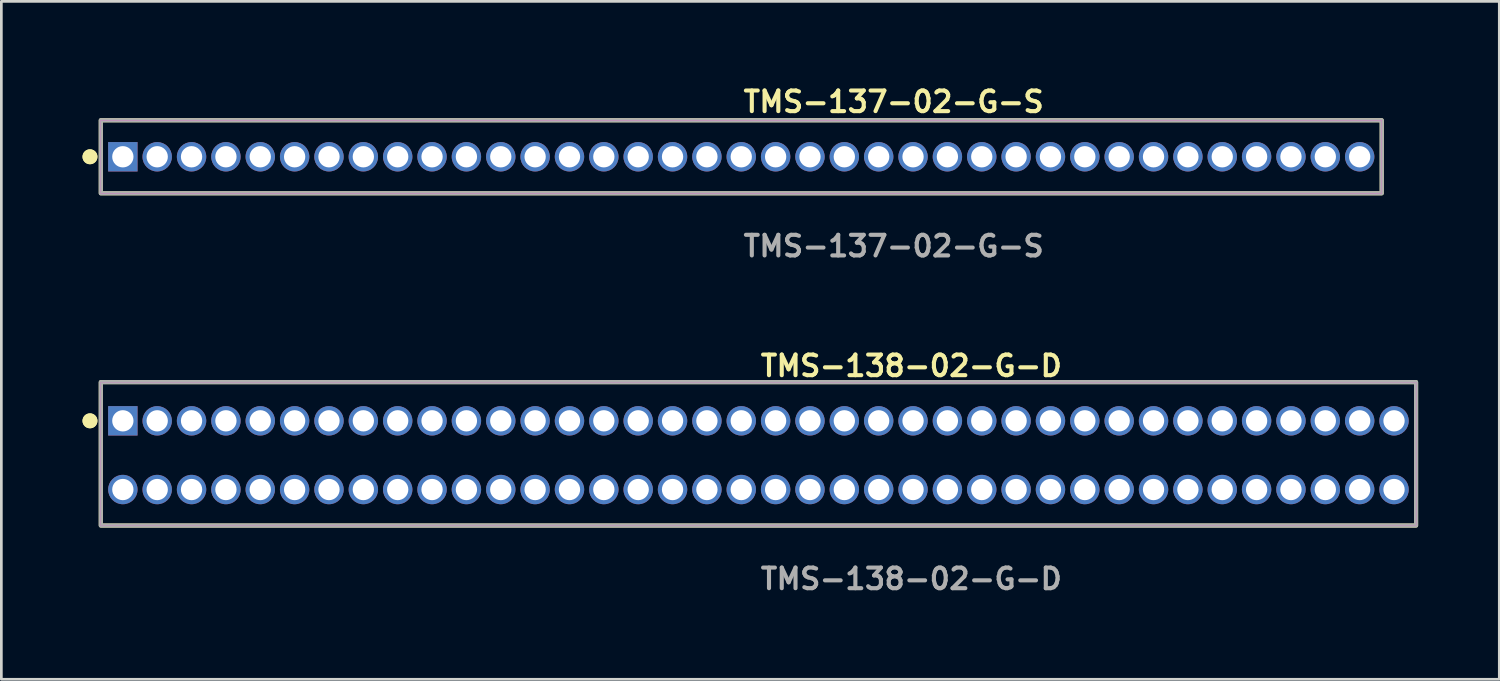
<source format=kicad_pcb>
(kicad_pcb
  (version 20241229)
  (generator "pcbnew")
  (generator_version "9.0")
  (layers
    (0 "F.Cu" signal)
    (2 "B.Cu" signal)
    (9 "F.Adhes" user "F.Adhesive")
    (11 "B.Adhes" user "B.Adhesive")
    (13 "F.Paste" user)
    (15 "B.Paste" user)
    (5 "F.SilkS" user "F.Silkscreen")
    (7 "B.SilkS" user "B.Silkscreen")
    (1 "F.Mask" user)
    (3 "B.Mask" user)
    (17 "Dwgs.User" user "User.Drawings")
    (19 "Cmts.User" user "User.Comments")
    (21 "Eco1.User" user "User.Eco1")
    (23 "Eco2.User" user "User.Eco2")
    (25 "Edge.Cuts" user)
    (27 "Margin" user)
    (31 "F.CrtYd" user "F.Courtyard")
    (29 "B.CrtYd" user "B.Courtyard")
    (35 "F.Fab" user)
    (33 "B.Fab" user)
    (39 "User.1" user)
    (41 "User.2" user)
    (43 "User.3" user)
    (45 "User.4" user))
  (footprint "TMS-137-02-G-S"
    (layer "F.Cu")
    (at 24.351 2.745)
    (property "Reference" "TMS-137-02-G-S" (at 0 -2.032 0) (unlocked yes) (layer "F.SilkS") (effects (font (size 0.762 0.762) (thickness 0.152)) (justify left)))
    (fp_rect (start -23.675 1.35) (end 23.675 -1.35) (stroke (width 0.152) (type solid)) (fill no) (layer "F.SilkS"))
    (fp_circle (center -24.075 0) (end -24.275 0) (stroke (width 0.152) (type solid)) (fill yes) (layer "F.SilkS"))
    (fp_circle (center -24.075 0) (end -24.275 0) (stroke (width 0.152) (type solid)) (fill yes) (layer "F.SilkS"))
    (fp_rect (start -23.675 1.35) (end 23.675 -1.35) (stroke (width 0.006) (type solid)) (fill no) (layer "F.CrtYd"))
    (fp_rect (start -23.675 1.35) (end 23.675 -1.35) (stroke (width 0.152) (type solid)) (fill no) (layer "F.Fab"))
    (fp_text user "${REFERENCE}" (at 0 3.302 0) (unlocked yes) (layer "F.Fab") (effects (font (size 0.762 0.762) (thickness 0.152)) (justify left)))
    (pad "1" thru_hole rect (at -22.86 0) (size 1.087 1.087) (drill 0.787) (layers "*.Cu" "*.Mask"))
    (pad "2" thru_hole circle (at -21.59 0) (size 1.087 1.087) (drill 0.787) (layers "*.Cu" "*.Mask"))
    (pad "3" thru_hole circle (at -20.32 0) (size 1.087 1.087) (drill 0.787) (layers "*.Cu" "*.Mask"))
    (pad "4" thru_hole circle (at -19.05 0) (size 1.087 1.087) (drill 0.787) (layers "*.Cu" "*.Mask"))
    (pad "5" thru_hole circle (at -17.78 0) (size 1.087 1.087) (drill 0.787) (layers "*.Cu" "*.Mask"))
    (pad "6" thru_hole circle (at -16.51 0) (size 1.087 1.087) (drill 0.787) (layers "*.Cu" "*.Mask"))
    (pad "7" thru_hole circle (at -15.24 0) (size 1.087 1.087) (drill 0.787) (layers "*.Cu" "*.Mask"))
    (pad "8" thru_hole circle (at -13.97 0) (size 1.087 1.087) (drill 0.787) (layers "*.Cu" "*.Mask"))
    (pad "9" thru_hole circle (at -12.7 0) (size 1.087 1.087) (drill 0.787) (layers "*.Cu" "*.Mask"))
    (pad "10" thru_hole circle (at -11.43 0) (size 1.087 1.087) (drill 0.787) (layers "*.Cu" "*.Mask"))
    (pad "11" thru_hole circle (at -10.16 0) (size 1.087 1.087) (drill 0.787) (layers "*.Cu" "*.Mask"))
    (pad "12" thru_hole circle (at -8.89 0) (size 1.087 1.087) (drill 0.787) (layers "*.Cu" "*.Mask"))
    (pad "13" thru_hole circle (at -7.62 0) (size 1.087 1.087) (drill 0.787) (layers "*.Cu" "*.Mask"))
    (pad "14" thru_hole circle (at -6.35 0) (size 1.087 1.087) (drill 0.787) (layers "*.Cu" "*.Mask"))
    (pad "15" thru_hole circle (at -5.08 0) (size 1.087 1.087) (drill 0.787) (layers "*.Cu" "*.Mask"))
    (pad "16" thru_hole circle (at -3.81 0) (size 1.087 1.087) (drill 0.787) (layers "*.Cu" "*.Mask"))
    (pad "17" thru_hole circle (at -2.54 0) (size 1.087 1.087) (drill 0.787) (layers "*.Cu" "*.Mask"))
    (pad "18" thru_hole circle (at -1.27 0) (size 1.087 1.087) (drill 0.787) (layers "*.Cu" "*.Mask"))
    (pad "19" thru_hole circle (at 0 0) (size 1.087 1.087) (drill 0.787) (layers "*.Cu" "*.Mask"))
    (pad "20" thru_hole circle (at 1.27 0) (size 1.087 1.087) (drill 0.787) (layers "*.Cu" "*.Mask"))
    (pad "21" thru_hole circle (at 2.54 0) (size 1.087 1.087) (drill 0.787) (layers "*.Cu" "*.Mask"))
    (pad "22" thru_hole circle (at 3.81 0) (size 1.087 1.087) (drill 0.787) (layers "*.Cu" "*.Mask"))
    (pad "23" thru_hole circle (at 5.08 0) (size 1.087 1.087) (drill 0.787) (layers "*.Cu" "*.Mask"))
    (pad "24" thru_hole circle (at 6.35 0) (size 1.087 1.087) (drill 0.787) (layers "*.Cu" "*.Mask"))
    (pad "25" thru_hole circle (at 7.62 0) (size 1.087 1.087) (drill 0.787) (layers "*.Cu" "*.Mask"))
    (pad "26" thru_hole circle (at 8.89 0) (size 1.087 1.087) (drill 0.787) (layers "*.Cu" "*.Mask"))
    (pad "27" thru_hole circle (at 10.16 0) (size 1.087 1.087) (drill 0.787) (layers "*.Cu" "*.Mask"))
    (pad "28" thru_hole circle (at 11.43 0) (size 1.087 1.087) (drill 0.787) (layers "*.Cu" "*.Mask"))
    (pad "29" thru_hole circle (at 12.7 0) (size 1.087 1.087) (drill 0.787) (layers "*.Cu" "*.Mask"))
    (pad "30" thru_hole circle (at 13.97 0) (size 1.087 1.087) (drill 0.787) (layers "*.Cu" "*.Mask"))
    (pad "31" thru_hole circle (at 15.24 0) (size 1.087 1.087) (drill 0.787) (layers "*.Cu" "*.Mask"))
    (pad "32" thru_hole circle (at 16.51 0) (size 1.087 1.087) (drill 0.787) (layers "*.Cu" "*.Mask"))
    (pad "33" thru_hole circle (at 17.78 0) (size 1.087 1.087) (drill 0.787) (layers "*.Cu" "*.Mask"))
    (pad "34" thru_hole circle (at 19.05 0) (size 1.087 1.087) (drill 0.787) (layers "*.Cu" "*.Mask"))
    (pad "35" thru_hole circle (at 20.32 0) (size 1.087 1.087) (drill 0.787) (layers "*.Cu" "*.Mask"))
    (pad "36" thru_hole circle (at 21.59 0) (size 1.087 1.087) (drill 0.787) (layers "*.Cu" "*.Mask"))
    (pad "37" thru_hole circle (at 22.86 0) (size 1.087 1.087) (drill 0.787) (layers "*.Cu" "*.Mask")))
  (footprint "TMS-138-02-G-D"
    (layer "F.Cu")
    (at 24.986 13.776)
    (property "Reference" "TMS-138-02-G-D" (at 0 -3.302 0) (unlocked yes) (layer "F.SilkS") (effects (font (size 0.762 0.762) (thickness 0.152)) (justify left)))
    (fp_rect (start -24.31 2.6) (end 24.31 -2.7) (stroke (width 0.152) (type solid)) (fill no) (layer "F.SilkS"))
    (fp_circle (center -24.71 -1.27) (end -24.91 -1.27) (stroke (width 0.152) (type solid)) (fill yes) (layer "F.SilkS"))
    (fp_circle (center -24.71 -1.27) (end -24.91 -1.27) (stroke (width 0.152) (type solid)) (fill yes) (layer "F.SilkS"))
    (fp_rect (start -24.31 2.6) (end 24.31 -2.7) (stroke (width 0.006) (type solid)) (fill no) (layer "F.CrtYd"))
    (fp_rect (start -24.31 2.6) (end 24.31 -2.7) (stroke (width 0.152) (type solid)) (fill no) (layer "F.Fab"))
    (fp_text user "${REFERENCE}" (at 0 4.572 0) (unlocked yes) (layer "F.Fab") (effects (font (size 0.762 0.762) (thickness 0.152)) (justify left)))
    (pad "1" thru_hole rect (at -23.495 -1.27) (size 1.087 1.087) (drill 0.787) (layers "*.Cu" "*.Mask"))
    (pad "2" thru_hole circle (at -23.495 1.27) (size 1.087 1.087) (drill 0.787) (layers "*.Cu" "*.Mask"))
    (pad "3" thru_hole circle (at -22.225 -1.27) (size 1.087 1.087) (drill 0.787) (layers "*.Cu" "*.Mask"))
    (pad "4" thru_hole circle (at -22.225 1.27) (size 1.087 1.087) (drill 0.787) (layers "*.Cu" "*.Mask"))
    (pad "5" thru_hole circle (at -20.955 -1.27) (size 1.087 1.087) (drill 0.787) (layers "*.Cu" "*.Mask"))
    (pad "6" thru_hole circle (at -20.955 1.27) (size 1.087 1.087) (drill 0.787) (layers "*.Cu" "*.Mask"))
    (pad "7" thru_hole circle (at -19.685 -1.27) (size 1.087 1.087) (drill 0.787) (layers "*.Cu" "*.Mask"))
    (pad "8" thru_hole circle (at -19.685 1.27) (size 1.087 1.087) (drill 0.787) (layers "*.Cu" "*.Mask"))
    (pad "9" thru_hole circle (at -18.415 -1.27) (size 1.087 1.087) (drill 0.787) (layers "*.Cu" "*.Mask"))
    (pad "10" thru_hole circle (at -18.415 1.27) (size 1.087 1.087) (drill 0.787) (layers "*.Cu" "*.Mask"))
    (pad "11" thru_hole circle (at -17.145 -1.27) (size 1.087 1.087) (drill 0.787) (layers "*.Cu" "*.Mask"))
    (pad "12" thru_hole circle (at -17.145 1.27) (size 1.087 1.087) (drill 0.787) (layers "*.Cu" "*.Mask"))
    (pad "13" thru_hole circle (at -15.875 -1.27) (size 1.087 1.087) (drill 0.787) (layers "*.Cu" "*.Mask"))
    (pad "14" thru_hole circle (at -15.875 1.27) (size 1.087 1.087) (drill 0.787) (layers "*.Cu" "*.Mask"))
    (pad "15" thru_hole circle (at -14.605 -1.27) (size 1.087 1.087) (drill 0.787) (layers "*.Cu" "*.Mask"))
    (pad "16" thru_hole circle (at -14.605 1.27) (size 1.087 1.087) (drill 0.787) (layers "*.Cu" "*.Mask"))
    (pad "17" thru_hole circle (at -13.335 -1.27) (size 1.087 1.087) (drill 0.787) (layers "*.Cu" "*.Mask"))
    (pad "18" thru_hole circle (at -13.335 1.27) (size 1.087 1.087) (drill 0.787) (layers "*.Cu" "*.Mask"))
    (pad "19" thru_hole circle (at -12.065 -1.27) (size 1.087 1.087) (drill 0.787) (layers "*.Cu" "*.Mask"))
    (pad "20" thru_hole circle (at -12.065 1.27) (size 1.087 1.087) (drill 0.787) (layers "*.Cu" "*.Mask"))
    (pad "21" thru_hole circle (at -10.795 -1.27) (size 1.087 1.087) (drill 0.787) (layers "*.Cu" "*.Mask"))
    (pad "22" thru_hole circle (at -10.795 1.27) (size 1.087 1.087) (drill 0.787) (layers "*.Cu" "*.Mask"))
    (pad "23" thru_hole circle (at -9.525 -1.27) (size 1.087 1.087) (drill 0.787) (layers "*.Cu" "*.Mask"))
    (pad "24" thru_hole circle (at -9.525 1.27) (size 1.087 1.087) (drill 0.787) (layers "*.Cu" "*.Mask"))
    (pad "25" thru_hole circle (at -8.255 -1.27) (size 1.087 1.087) (drill 0.787) (layers "*.Cu" "*.Mask"))
    (pad "26" thru_hole circle (at -8.255 1.27) (size 1.087 1.087) (drill 0.787) (layers "*.Cu" "*.Mask"))
    (pad "27" thru_hole circle (at -6.985 -1.27) (size 1.087 1.087) (drill 0.787) (layers "*.Cu" "*.Mask"))
    (pad "28" thru_hole circle (at -6.985 1.27) (size 1.087 1.087) (drill 0.787) (layers "*.Cu" "*.Mask"))
    (pad "29" thru_hole circle (at -5.715 -1.27) (size 1.087 1.087) (drill 0.787) (layers "*.Cu" "*.Mask"))
    (pad "30" thru_hole circle (at -5.715 1.27) (size 1.087 1.087) (drill 0.787) (layers "*.Cu" "*.Mask"))
    (pad "31" thru_hole circle (at -4.445 -1.27) (size 1.087 1.087) (drill 0.787) (layers "*.Cu" "*.Mask"))
    (pad "32" thru_hole circle (at -4.445 1.27) (size 1.087 1.087) (drill 0.787) (layers "*.Cu" "*.Mask"))
    (pad "33" thru_hole circle (at -3.175 -1.27) (size 1.087 1.087) (drill 0.787) (layers "*.Cu" "*.Mask"))
    (pad "34" thru_hole circle (at -3.175 1.27) (size 1.087 1.087) (drill 0.787) (layers "*.Cu" "*.Mask"))
    (pad "35" thru_hole circle (at -1.905 -1.27) (size 1.087 1.087) (drill 0.787) (layers "*.Cu" "*.Mask"))
    (pad "36" thru_hole circle (at -1.905 1.27) (size 1.087 1.087) (drill 0.787) (layers "*.Cu" "*.Mask"))
    (pad "37" thru_hole circle (at -0.635 -1.27) (size 1.087 1.087) (drill 0.787) (layers "*.Cu" "*.Mask"))
    (pad "38" thru_hole circle (at -0.635 1.27) (size 1.087 1.087) (drill 0.787) (layers "*.Cu" "*.Mask"))
    (pad "39" thru_hole circle (at 0.635 -1.27) (size 1.087 1.087) (drill 0.787) (layers "*.Cu" "*.Mask"))
    (pad "40" thru_hole circle (at 0.635 1.27) (size 1.087 1.087) (drill 0.787) (layers "*.Cu" "*.Mask"))
    (pad "41" thru_hole circle (at 1.905 -1.27) (size 1.087 1.087) (drill 0.787) (layers "*.Cu" "*.Mask"))
    (pad "42" thru_hole circle (at 1.905 1.27) (size 1.087 1.087) (drill 0.787) (layers "*.Cu" "*.Mask"))
    (pad "43" thru_hole circle (at 3.175 -1.27) (size 1.087 1.087) (drill 0.787) (layers "*.Cu" "*.Mask"))
    (pad "44" thru_hole circle (at 3.175 1.27) (size 1.087 1.087) (drill 0.787) (layers "*.Cu" "*.Mask"))
    (pad "45" thru_hole circle (at 4.445 -1.27) (size 1.087 1.087) (drill 0.787) (layers "*.Cu" "*.Mask"))
    (pad "46" thru_hole circle (at 4.445 1.27) (size 1.087 1.087) (drill 0.787) (layers "*.Cu" "*.Mask"))
    (pad "47" thru_hole circle (at 5.715 -1.27) (size 1.087 1.087) (drill 0.787) (layers "*.Cu" "*.Mask"))
    (pad "48" thru_hole circle (at 5.715 1.27) (size 1.087 1.087) (drill 0.787) (layers "*.Cu" "*.Mask"))
    (pad "49" thru_hole circle (at 6.985 -1.27) (size 1.087 1.087) (drill 0.787) (layers "*.Cu" "*.Mask"))
    (pad "50" thru_hole circle (at 6.985 1.27) (size 1.087 1.087) (drill 0.787) (layers "*.Cu" "*.Mask"))
    (pad "51" thru_hole circle (at 8.255 -1.27) (size 1.087 1.087) (drill 0.787) (layers "*.Cu" "*.Mask"))
    (pad "52" thru_hole circle (at 8.255 1.27) (size 1.087 1.087) (drill 0.787) (layers "*.Cu" "*.Mask"))
    (pad "53" thru_hole circle (at 9.525 -1.27) (size 1.087 1.087) (drill 0.787) (layers "*.Cu" "*.Mask"))
    (pad "54" thru_hole circle (at 9.525 1.27) (size 1.087 1.087) (drill 0.787) (layers "*.Cu" "*.Mask"))
    (pad "55" thru_hole circle (at 10.795 -1.27) (size 1.087 1.087) (drill 0.787) (layers "*.Cu" "*.Mask"))
    (pad "56" thru_hole circle (at 10.795 1.27) (size 1.087 1.087) (drill 0.787) (layers "*.Cu" "*.Mask"))
    (pad "57" thru_hole circle (at 12.065 -1.27) (size 1.087 1.087) (drill 0.787) (layers "*.Cu" "*.Mask"))
    (pad "58" thru_hole circle (at 12.065 1.27) (size 1.087 1.087) (drill 0.787) (layers "*.Cu" "*.Mask"))
    (pad "59" thru_hole circle (at 13.335 -1.27) (size 1.087 1.087) (drill 0.787) (layers "*.Cu" "*.Mask"))
    (pad "60" thru_hole circle (at 13.335 1.27) (size 1.087 1.087) (drill 0.787) (layers "*.Cu" "*.Mask"))
    (pad "61" thru_hole circle (at 14.605 -1.27) (size 1.087 1.087) (drill 0.787) (layers "*.Cu" "*.Mask"))
    (pad "62" thru_hole circle (at 14.605 1.27) (size 1.087 1.087) (drill 0.787) (layers "*.Cu" "*.Mask"))
    (pad "63" thru_hole circle (at 15.875 -1.27) (size 1.087 1.087) (drill 0.787) (layers "*.Cu" "*.Mask"))
    (pad "64" thru_hole circle (at 15.875 1.27) (size 1.087 1.087) (drill 0.787) (layers "*.Cu" "*.Mask"))
    (pad "65" thru_hole circle (at 17.145 -1.27) (size 1.087 1.087) (drill 0.787) (layers "*.Cu" "*.Mask"))
    (pad "66" thru_hole circle (at 17.145 1.27) (size 1.087 1.087) (drill 0.787) (layers "*.Cu" "*.Mask"))
    (pad "67" thru_hole circle (at 18.415 -1.27) (size 1.087 1.087) (drill 0.787) (layers "*.Cu" "*.Mask"))
    (pad "68" thru_hole circle (at 18.415 1.27) (size 1.087 1.087) (drill 0.787) (layers "*.Cu" "*.Mask"))
    (pad "69" thru_hole circle (at 19.685 -1.27) (size 1.087 1.087) (drill 0.787) (layers "*.Cu" "*.Mask"))
    (pad "70" thru_hole circle (at 19.685 1.27) (size 1.087 1.087) (drill 0.787) (layers "*.Cu" "*.Mask"))
    (pad "71" thru_hole circle (at 20.955 -1.27) (size 1.087 1.087) (drill 0.787) (layers "*.Cu" "*.Mask"))
    (pad "72" thru_hole circle (at 20.955 1.27) (size 1.087 1.087) (drill 0.787) (layers "*.Cu" "*.Mask"))
    (pad "73" thru_hole circle (at 22.225 -1.27) (size 1.087 1.087) (drill 0.787) (layers "*.Cu" "*.Mask"))
    (pad "74" thru_hole circle (at 22.225 1.27) (size 1.087 1.087) (drill 0.787) (layers "*.Cu" "*.Mask"))
    (pad "75" thru_hole circle (at 23.495 -1.27) (size 1.087 1.087) (drill 0.787) (layers "*.Cu" "*.Mask"))
    (pad "76" thru_hole circle (at 23.495 1.27) (size 1.087 1.087) (drill 0.787) (layers "*.Cu" "*.Mask")))
  (gr_rect
    (start -3 -3)
    (end 52.372 22.061)
    (stroke (width 0.1) (type default))
    (fill no)
    (layer "Edge.Cuts")))
</source>
